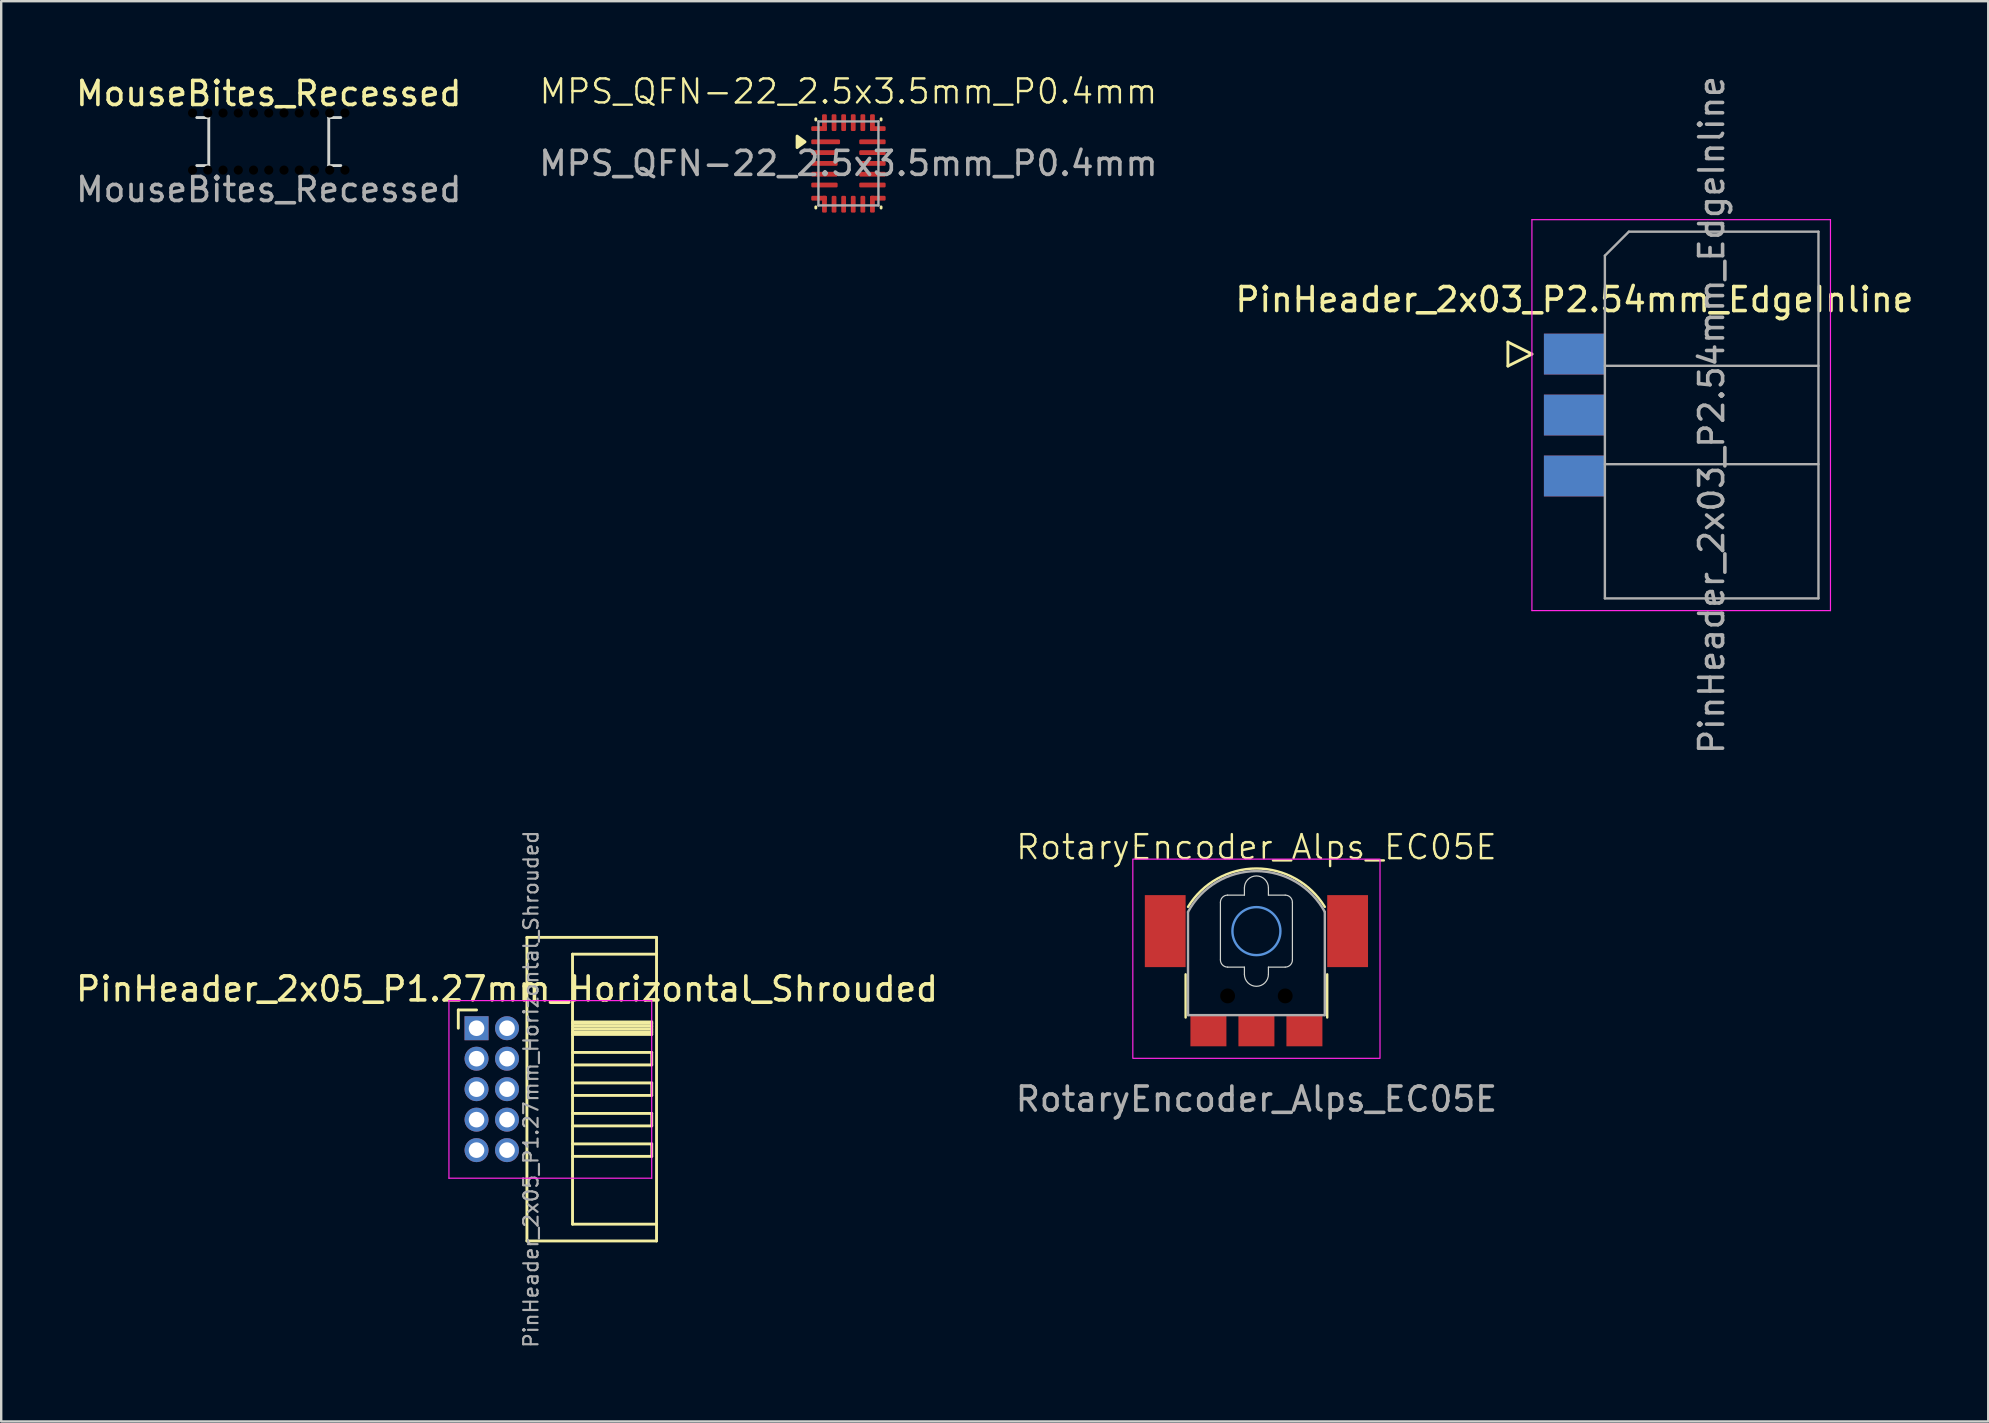
<source format=kicad_pcb>
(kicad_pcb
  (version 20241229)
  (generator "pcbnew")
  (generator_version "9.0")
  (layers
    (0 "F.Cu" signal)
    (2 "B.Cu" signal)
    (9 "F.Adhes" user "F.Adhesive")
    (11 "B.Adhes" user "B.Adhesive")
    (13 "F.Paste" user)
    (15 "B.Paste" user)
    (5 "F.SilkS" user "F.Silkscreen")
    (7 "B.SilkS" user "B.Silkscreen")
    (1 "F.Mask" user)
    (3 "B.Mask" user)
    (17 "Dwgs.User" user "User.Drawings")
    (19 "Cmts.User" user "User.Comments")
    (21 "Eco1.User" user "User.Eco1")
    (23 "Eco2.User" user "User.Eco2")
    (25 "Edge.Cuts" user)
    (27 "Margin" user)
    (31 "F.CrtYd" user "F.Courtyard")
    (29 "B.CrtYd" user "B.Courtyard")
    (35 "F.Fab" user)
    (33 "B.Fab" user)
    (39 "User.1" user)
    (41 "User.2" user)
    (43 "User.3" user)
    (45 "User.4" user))
  (footprint "MPS_QFN-22_2.5x3.5mm_P0.4mm"
    (layer "F.Cu")
    (at 32.304 3.76)
    (property "Reference" "MPS_QFN-22_2.5x3.5mm_P0.4mm" (at 0 -3 0) (unlocked yes) (layer "F.SilkS") (effects (font (size 1 1) (thickness 0.1))))
    (attr smd)
    (fp_line (start -1.36 -1.86) (end -1.36 -1.81) (stroke (width 0.12) (type solid)) (layer "F.SilkS"))
    (fp_line (start -1.36 1.86) (end -1.36 1.81) (stroke (width 0.12) (type solid)) (layer "F.SilkS"))
    (fp_line (start 1.36 -1.86) (end 1.36 -1.81) (stroke (width 0.12) (type solid)) (layer "F.SilkS"))
    (fp_line (start 1.36 1.86) (end 1.36 1.81) (stroke (width 0.12) (type solid)) (layer "F.SilkS"))
    (fp_poly (pts (xy -1.81 -0.9) (xy -2.14 -0.66) (xy -2.14 -1.14) (xy -1.81 -0.9)) (stroke (width 0.12) (type solid)) (fill yes) (layer "F.SilkS"))
    (fp_line (start -1.25 -1.75) (end -1.25 1.75) (stroke (width 0.1) (type solid)) (layer "F.Fab"))
    (fp_line (start 1.25 -1.75) (end -1.25 -1.75) (stroke (width 0.1) (type solid)) (layer "F.Fab"))
    (fp_line (start 1.25 -1.75) (end 1.25 1.75) (stroke (width 0.1) (type solid)) (layer "F.Fab"))
    (fp_line (start 1.25 1.75) (end -1.25 1.75) (stroke (width 0.1) (type solid)) (layer "F.Fab"))
    (fp_text user "${REFERENCE}" (at 0 0 0) (unlocked yes) (layer "F.Fab") (effects (font (size 1 1) (thickness 0.15))))
    (pad "1" smd roundrect (at -0.95 -0.9) (size 1.2 0.2) (layers "F.Cu" "F.Mask" "F.Paste") (roundrect_rratio 0.25))
    (pad "2" smd roundrect (at -1 -0.45) (size 1.1 0.2) (layers "F.Cu" "F.Mask" "F.Paste") (roundrect_rratio 0.25))
    (pad "3" smd roundrect (at -1 0) (size 1.1 0.2) (layers "F.Cu" "F.Mask" "F.Paste") (roundrect_rratio 0.25))
    (pad "4" smd roundrect (at -1 0.45) (size 1.1 0.2) (layers "F.Cu" "F.Mask" "F.Paste") (roundrect_rratio 0.25))
    (pad "5" smd roundrect (at -1 0.9) (size 1.1 0.2) (layers "F.Cu" "F.Mask" "F.Paste") (roundrect_rratio 0.25))
    (pad "6" smd roundrect (at -1.225 1.45) (size 0.65 0.2) (layers "F.Cu" "F.Mask" "F.Paste") (roundrect_rratio 0.25))
    (pad "6" smd roundrect (at -1 1.7 90) (size 0.7 0.2) (layers "F.Cu" "F.Mask" "F.Paste") (roundrect_rratio 0.25))
    (pad "7" smd roundrect (at -0.6 1.7 90) (size 0.7 0.2) (layers "F.Cu" "F.Mask" "F.Paste") (roundrect_rratio 0.25))
    (pad "8" smd roundrect (at -0.2 1.7 90) (size 0.7 0.2) (layers "F.Cu" "F.Mask" "F.Paste") (roundrect_rratio 0.25))
    (pad "9" smd roundrect (at 0.2 1.7 90) (size 0.7 0.2) (layers "F.Cu" "F.Mask" "F.Paste") (roundrect_rratio 0.25))
    (pad "10" smd roundrect (at 0.6 1.7 90) (size 0.7 0.2) (layers "F.Cu" "F.Mask" "F.Paste") (roundrect_rratio 0.25))
    (pad "11" smd roundrect (at 1 1.7 90) (size 0.7 0.2) (layers "F.Cu" "F.Mask" "F.Paste") (roundrect_rratio 0.25))
    (pad "11" smd roundrect (at 1.225 1.45) (size 0.65 0.2) (layers "F.Cu" "F.Mask" "F.Paste") (roundrect_rratio 0.25))
    (pad "12" smd roundrect (at 1 0.9) (size 1.1 0.2) (layers "F.Cu" "F.Mask" "F.Paste") (roundrect_rratio 0.25))
    (pad "13" smd roundrect (at 1 0.45) (size 1.1 0.2) (layers "F.Cu" "F.Mask" "F.Paste") (roundrect_rratio 0.25))
    (pad "14" smd roundrect (at 1 0) (size 1.1 0.2) (layers "F.Cu" "F.Mask" "F.Paste") (roundrect_rratio 0.25))
    (pad "15" smd roundrect (at 1 -0.45) (size 1.1 0.2) (layers "F.Cu" "F.Mask" "F.Paste") (roundrect_rratio 0.25))
    (pad "16" smd roundrect (at 1 -0.9) (size 1.1 0.2) (layers "F.Cu" "F.Mask" "F.Paste") (roundrect_rratio 0.25))
    (pad "17" smd roundrect (at 1 -1.7 90) (size 0.7 0.2) (layers "F.Cu" "F.Mask" "F.Paste") (roundrect_rratio 0.25))
    (pad "17" smd roundrect (at 1.225 -1.45) (size 0.65 0.2) (layers "F.Cu" "F.Mask" "F.Paste") (roundrect_rratio 0.25))
    (pad "18" smd roundrect (at 0.6 -1.7 90) (size 0.7 0.2) (layers "F.Cu" "F.Mask" "F.Paste") (roundrect_rratio 0.25))
    (pad "19" smd roundrect (at 0.2 -1.7 90) (size 0.7 0.2) (layers "F.Cu" "F.Mask" "F.Paste") (roundrect_rratio 0.25))
    (pad "20" smd roundrect (at -0.2 -1.7 90) (size 0.7 0.2) (layers "F.Cu" "F.Mask" "F.Paste") (roundrect_rratio 0.25))
    (pad "21" smd roundrect (at -0.6 -1.7 90) (size 0.7 0.2) (layers "F.Cu" "F.Mask" "F.Paste") (roundrect_rratio 0.25))
    (pad "22" smd roundrect (at -1.225 -1.45) (size 0.65 0.2) (layers "F.Cu" "F.Mask" "F.Paste") (roundrect_rratio 0.25))
    (pad "22" smd roundrect (at -1 -1.7 90) (size 0.7 0.2) (layers "F.Cu" "F.Mask" "F.Paste") (roundrect_rratio 0.25)))
  (footprint "RotaryEncoder_Alps_EC05E"
    (layer "F.Cu")
    (at 49.304 35.749)
    (property "Reference" "RotaryEncoder_Alps_EC05E" (at 0 -3.5 0) (unlocked yes) (layer "F.SilkS") (effects (font (size 1 1) (thickness 0.1))))
    (attr smd)
    (fp_line (start -2.95 3.6) (end -2.95 1.8) (stroke (width 0.1) (type default)) (layer "F.SilkS"))
    (fp_line (start 2.95 3.6) (end 2.95 1.8) (stroke (width 0.1) (type default)) (layer "F.SilkS"))
    (fp_arc (start -2.85 -1.01) (mid 0 -2.609378) (end 2.85 -1.01) (stroke (width 0.1) (type default)) (layer "F.SilkS"))
    (fp_circle (center 0 0) (end 1 0) (stroke (width 0.1) (type default)) (fill no) (layer "Cmts.User"))
    (fp_line (start -1.5 -1.2) (end -1.5 1.2) (stroke (width 0.05) (type default)) (layer "Edge.Cuts"))
    (fp_line (start -0.5 -1.8) (end -0.5 -1.5) (stroke (width 0.05) (type default)) (layer "Edge.Cuts"))
    (fp_line (start -0.5 -1.5) (end -1.2 -1.5) (stroke (width 0.05) (type default)) (layer "Edge.Cuts"))
    (fp_line (start -0.5 1.5) (end -1.2 1.5) (stroke (width 0.05) (type default)) (layer "Edge.Cuts"))
    (fp_line (start -0.5 1.8) (end -0.5 1.5) (stroke (width 0.05) (type default)) (layer "Edge.Cuts"))
    (fp_line (start 0.5 -1.8) (end 0.5 -1.5) (stroke (width 0.05) (type default)) (layer "Edge.Cuts"))
    (fp_line (start 0.5 -1.5) (end 1.2 -1.5) (stroke (width 0.05) (type default)) (layer "Edge.Cuts"))
    (fp_line (start 0.5 1.5) (end 0.5 1.8) (stroke (width 0.05) (type default)) (layer "Edge.Cuts"))
    (fp_line (start 1.2 1.5) (end 0.5 1.5) (stroke (width 0.05) (type default)) (layer "Edge.Cuts"))
    (fp_line (start 1.5 -1.2) (end 1.5 1.2) (stroke (width 0.05) (type default)) (layer "Edge.Cuts"))
    (fp_arc (start -1.5 -1.2) (mid -1.412132 -1.412132) (end -1.2 -1.5) (stroke (width 0.05) (type default)) (layer "Edge.Cuts"))
    (fp_arc (start -1.2 1.5) (mid -1.412132 1.412132) (end -1.5 1.2) (stroke (width 0.05) (type default)) (layer "Edge.Cuts"))
    (fp_arc (start -0.5 -1.8) (mid 0 -2.3) (end 0.5 -1.8) (stroke (width 0.05) (type default)) (layer "Edge.Cuts"))
    (fp_arc (start 0.5 1.8) (mid 0 2.3) (end -0.5 1.8) (stroke (width 0.05) (type default)) (layer "Edge.Cuts"))
    (fp_arc (start 1.2 -1.5) (mid 1.412132 -1.412132) (end 1.5 -1.2) (stroke (width 0.05) (type default)) (layer "Edge.Cuts"))
    (fp_arc (start 1.5 1.2) (mid 1.412132 1.412132) (end 1.2 1.5) (stroke (width 0.05) (type default)) (layer "Edge.Cuts"))
    (fp_rect (start -5.15 -3) (end 5.15 5.3) (stroke (width 0.05) (type default)) (fill no) (layer "F.CrtYd"))
    (fp_line (start -2.85 3.5) (end -2.85 -0.8) (stroke (width 0.1) (type default)) (layer "F.Fab"))
    (fp_line (start -2.85 3.5) (end 2.85 3.5) (stroke (width 0.1) (type default)) (layer "F.Fab"))
    (fp_line (start 2.85 3.5) (end 2.85 -0.8) (stroke (width 0.1) (type default)) (layer "F.Fab"))
    (fp_arc (start -2.85 -0.8) (mid 0 -2.499986) (end 2.85 -0.8) (stroke (width 0.1) (type default)) (layer "F.Fab"))
    (fp_text user "${REFERENCE}" (at 0 7 0) (unlocked yes) (layer "F.Fab") (effects (font (size 1 1) (thickness 0.15))))
    (pad "" np_thru_hole circle (at -1.2 2.7) (size 0.62 0.62) (drill 0.62) (layers "*.Mask"))
    (pad "" np_thru_hole circle (at 1.2 2.7) (size 0.62 0.62) (drill 0.62) (layers "*.Mask"))
    (pad "A" smd rect (at -2 4.15) (size 1.5 1.3) (layers "F.Cu" "F.Mask" "F.Paste"))
    (pad "B" smd rect (at 2 4.15) (size 1.5 1.3) (layers "F.Cu" "F.Mask" "F.Paste"))
    (pad "C" smd rect (at 0 4.15) (size 1.5 1.3) (layers "F.Cu" "F.Mask" "F.Paste"))
    (pad "MP" smd rect (at -3.8 0) (size 1.7 3) (layers "F.Cu" "F.Mask" "F.Paste"))
    (pad "MP" smd rect (at 3.8 0) (size 1.7 3) (layers "F.Cu" "F.Mask" "F.Paste")))
  (footprint "PinHeader_2x05_P1.27mm_Horizontal_Shrouded"
    (layer "F.Cu")
    (at 16.807 39.795)
    (property "Reference" "PinHeader_2x05_P1.27mm_Horizontal_Shrouded" (at 1.27 -1.635 0) (layer "F.SilkS") (effects (font (size 1 1) (thickness 0.15))))
    (attr through_hole)
    (fp_line (start -0.76 -0.76) (end 0 -0.76) (stroke (width 0.12) (type solid)) (layer "F.SilkS"))
    (fp_line (start -0.76 0) (end -0.76 -0.76) (stroke (width 0.12) (type solid)) (layer "F.SilkS"))
    (fp_line (start 2.1 -3.785) (end 7.5 -3.785) (stroke (width 0.12) (type solid)) (layer "F.SilkS"))
    (fp_line (start 2.1 8.865) (end 2.1 -3.785) (stroke (width 0.12) (type solid)) (layer "F.SilkS"))
    (fp_line (start 2.1 8.865) (end 7.5 8.865) (stroke (width 0.12) (type solid)) (layer "F.SilkS"))
    (fp_line (start 4 -3.085) (end 4 8.165) (stroke (width 0.12) (type solid)) (layer "F.SilkS"))
    (fp_line (start 4 -3.085) (end 7.5 -3.085) (stroke (width 0.12) (type solid)) (layer "F.SilkS"))
    (fp_line (start 4 -0.26) (end 7.3 -0.26) (stroke (width 0.12) (type solid)) (layer "F.SilkS"))
    (fp_line (start 4 -0.2) (end 7.3 -0.2) (stroke (width 0.12) (type solid)) (layer "F.SilkS"))
    (fp_line (start 4 -0.08) (end 7.3 -0.08) (stroke (width 0.12) (type solid)) (layer "F.SilkS"))
    (fp_line (start 4 0.04) (end 7.3 0.04) (stroke (width 0.12) (type solid)) (layer "F.SilkS"))
    (fp_line (start 4 0.16) (end 7.3 0.16) (stroke (width 0.12) (type solid)) (layer "F.SilkS"))
    (fp_line (start 4 0.26) (end 7.3 0.26) (stroke (width 0.12) (type solid)) (layer "F.SilkS"))
    (fp_line (start 4 1.01) (end 7.3 1.01) (stroke (width 0.12) (type solid)) (layer "F.SilkS"))
    (fp_line (start 4 1.53) (end 7.3 1.53) (stroke (width 0.12) (type solid)) (layer "F.SilkS"))
    (fp_line (start 4 2.28) (end 7.3 2.28) (stroke (width 0.12) (type solid)) (layer "F.SilkS"))
    (fp_line (start 4 2.8) (end 7.3 2.8) (stroke (width 0.12) (type solid)) (layer "F.SilkS"))
    (fp_line (start 4 3.55) (end 7.3 3.55) (stroke (width 0.12) (type solid)) (layer "F.SilkS"))
    (fp_line (start 4 4.07) (end 7.3 4.07) (stroke (width 0.12) (type solid)) (layer "F.SilkS"))
    (fp_line (start 4 4.82) (end 7.3 4.82) (stroke (width 0.12) (type solid)) (layer "F.SilkS"))
    (fp_line (start 4 5.34) (end 7.3 5.34) (stroke (width 0.12) (type solid)) (layer "F.SilkS"))
    (fp_line (start 4 8.165) (end 7.5 8.165) (stroke (width 0.12) (type solid)) (layer "F.SilkS"))
    (fp_line (start 7.3 -0.26) (end 7.3 0.26) (stroke (width 0.12) (type solid)) (layer "F.SilkS"))
    (fp_line (start 7.3 1.01) (end 7.3 1.53) (stroke (width 0.12) (type solid)) (layer "F.SilkS"))
    (fp_line (start 7.3 2.28) (end 7.3 2.8) (stroke (width 0.12) (type solid)) (layer "F.SilkS"))
    (fp_line (start 7.3 3.55) (end 7.3 4.07) (stroke (width 0.12) (type solid)) (layer "F.SilkS"))
    (fp_line (start 7.3 4.82) (end 7.3 5.34) (stroke (width 0.12) (type solid)) (layer "F.SilkS"))
    (fp_line (start 7.5 -3.785) (end 7.5 8.865) (stroke (width 0.12) (type solid)) (layer "F.SilkS"))
    (fp_line (start -1.15 -1.15) (end -1.15 6.25) (stroke (width 0.05) (type solid)) (layer "F.CrtYd"))
    (fp_line (start -1.15 6.25) (end 7.3 6.25) (stroke (width 0.05) (type solid)) (layer "F.CrtYd"))
    (fp_line (start 7.3 -1.15) (end -1.15 -1.15) (stroke (width 0.05) (type solid)) (layer "F.CrtYd"))
    (fp_line (start 7.3 6.25) (end 7.3 -1.15) (stroke (width 0.05) (type solid)) (layer "F.CrtYd"))
    (fp_line (start -0.2 -0.2) (end -0.2 0.2) (stroke (width 0.1) (type solid)) (layer "F.Fab"))
    (fp_line (start -0.2 1.07) (end -0.2 1.47) (stroke (width 0.1) (type solid)) (layer "F.Fab"))
    (fp_line (start -0.2 2.34) (end -0.2 2.74) (stroke (width 0.1) (type solid)) (layer "F.Fab"))
    (fp_line (start -0.2 3.61) (end -0.2 4.01) (stroke (width 0.1) (type solid)) (layer "F.Fab"))
    (fp_line (start -0.2 4.88) (end -0.2 5.28) (stroke (width 0.1) (type solid)) (layer "F.Fab"))
    (fp_text user "${REFERENCE}" (at 2.27 2.54 90) (layer "F.Fab") (effects (font (size 0.6 0.6) (thickness 0.09))))
    (pad "1" thru_hole rect (at 0 0) (size 1 1) (drill 0.65) (layers "*.Cu" "*.Mask"))
    (pad "2" thru_hole oval (at 1.27 0) (size 1 1) (drill 0.65) (layers "*.Cu" "*.Mask"))
    (pad "3" thru_hole oval (at 0 1.27) (size 1 1) (drill 0.65) (layers "*.Cu" "*.Mask"))
    (pad "4" thru_hole oval (at 1.27 1.27) (size 1 1) (drill 0.65) (layers "*.Cu" "*.Mask"))
    (pad "5" thru_hole oval (at 0 2.54) (size 1 1) (drill 0.65) (layers "*.Cu" "*.Mask"))
    (pad "6" thru_hole oval (at 1.27 2.54) (size 1 1) (drill 0.65) (layers "*.Cu" "*.Mask"))
    (pad "7" thru_hole oval (at 0 3.81) (size 1 1) (drill 0.65) (layers "*.Cu" "*.Mask"))
    (pad "8" thru_hole oval (at 1.27 3.81) (size 1 1) (drill 0.65) (layers "*.Cu" "*.Mask"))
    (pad "9" thru_hole oval (at 0 5.08) (size 1 1) (drill 0.65) (layers "*.Cu" "*.Mask"))
    (pad "10" thru_hole oval (at 1.27 5.08) (size 1 1) (drill 0.65) (layers "*.Cu" "*.Mask")))
  (footprint "PinHeader_2x03_P2.54mm_EdgeInline"
    (layer "F.Cu")
    (at 63.824 14.244)
    (property "Reference" "PinHeader_2x03_P2.54mm_EdgeInline" (at -1.27 -4.81 0) (layer "F.SilkS") (effects (font (size 1 1) (thickness 0.15))))
    (fp_line (start -4.04 -3.04) (end -4.04 -2.04) (stroke (width 0.12) (type solid)) (layer "F.SilkS"))
    (fp_line (start -4.04 -2.04) (end -3.04 -2.54) (stroke (width 0.12) (type solid)) (layer "F.SilkS"))
    (fp_line (start -3.04 -2.54) (end -4.04 -3.04) (stroke (width 0.12) (type solid)) (layer "F.SilkS"))
    (fp_line (start -3.04 -8.14) (end -3.04 8.15) (stroke (width 0.05) (type solid)) (layer "F.CrtYd"))
    (fp_line (start -3.04 8.15) (end 9.4 8.15) (stroke (width 0.05) (type solid)) (layer "F.CrtYd"))
    (fp_line (start 9.4 -8.14) (end -3.04 -8.14) (stroke (width 0.05) (type solid)) (layer "F.CrtYd"))
    (fp_line (start 9.4 8.15) (end 9.4 -8.14) (stroke (width 0.05) (type solid)) (layer "F.CrtYd"))
    (fp_line (start 0 -6.64) (end 1 -7.64) (stroke (width 0.1) (type solid)) (layer "F.Fab"))
    (fp_line (start 0 -2.05) (end 8.9 -2.05) (stroke (width 0.1) (type solid)) (layer "F.Fab"))
    (fp_line (start 0 2.05) (end 8.9 2.05) (stroke (width 0.1) (type solid)) (layer "F.Fab"))
    (fp_line (start 0 7.64) (end 0 -6.64) (stroke (width 0.1) (type solid)) (layer "F.Fab"))
    (fp_line (start 1 -7.64) (end 8.9 -7.64) (stroke (width 0.1) (type solid)) (layer "F.Fab"))
    (fp_line (start 8.9 -7.64) (end 8.9 7.64) (stroke (width 0.1) (type solid)) (layer "F.Fab"))
    (fp_line (start 8.9 7.64) (end 0 7.64) (stroke (width 0.1) (type solid)) (layer "F.Fab"))
    (fp_text user "${REFERENCE}" (at 4.45 0 90) (layer "F.Fab") (effects (font (size 1 1) (thickness 0.15))))
    (pad "1" smd rect (at -1.27 -2.54) (size 2.54 1.7) (layers "F.Cu" "F.Mask" "F.Paste"))
    (pad "2" smd rect (at -1.27 -2.54) (size 2.54 1.7) (layers "B.Cu" "B.Mask" "B.Paste"))
    (pad "3" smd rect (at -1.27 0) (size 2.54 1.7) (layers "F.Cu" "F.Mask" "F.Paste"))
    (pad "4" smd rect (at -1.27 0) (size 2.54 1.7) (layers "B.Cu" "B.Mask" "B.Paste"))
    (pad "5" smd rect (at -1.27 2.54) (size 2.54 1.7) (layers "F.Cu" "F.Mask" "F.Paste"))
    (pad "6" smd rect (at -1.27 2.54) (size 2.54 1.7) (layers "B.Cu" "B.Mask" "B.Paste")))
  (footprint "MouseBites_Recessed"
    (layer "F.Cu")
    (at 8.149 2.848)
    (property "Reference" "MouseBites_Recessed" (at 0 -2 0) (unlocked yes) (layer "F.SilkS") (effects (font (size 1 1) (thickness 0.15))))
    (attr through_hole)
    (fp_line (start -3 -1) (end -2.5 -1) (stroke (width 0.12) (type solid)) (layer "Edge.Cuts"))
    (fp_line (start -3 1) (end -2.5 1) (stroke (width 0.12) (type solid)) (layer "Edge.Cuts"))
    (fp_line (start -2.5 1) (end -2.5 -1) (stroke (width 0.12) (type solid)) (layer "Edge.Cuts"))
    (fp_line (start 2.5 -1) (end 2.5 1) (stroke (width 0.12) (type solid)) (layer "Edge.Cuts"))
    (fp_line (start 2.5 -1) (end 3 -1) (stroke (width 0.12) (type solid)) (layer "Edge.Cuts"))
    (fp_line (start 2.5 1) (end 3 1) (stroke (width 0.12) (type solid)) (layer "Edge.Cuts"))
    (fp_text user "${REFERENCE}" (at 0 2 0) (unlocked yes) (layer "F.Fab") (effects (font (size 1 1) (thickness 0.15))))
    (pad "" np_thru_hole circle (at -3.175 -1.19 180) (size 0.38 0.38) (drill 0.38) (layers "*.Mask"))
    (pad "" np_thru_hole circle (at -3.175 1.19 180) (size 0.38 0.38) (drill 0.38) (layers "*.Mask"))
    (pad "" np_thru_hole circle (at -2.54 -1.19 180) (size 0.38 0.38) (drill 0.38) (layers "*.Mask"))
    (pad "" np_thru_hole circle (at -2.54 1.19 180) (size 0.38 0.38) (drill 0.38) (layers "*.Mask"))
    (pad "" np_thru_hole circle (at -1.905 -1.19 180) (size 0.38 0.38) (drill 0.38) (layers "*.Mask"))
    (pad "" np_thru_hole circle (at -1.905 1.19 180) (size 0.38 0.38) (drill 0.38) (layers "*.Mask"))
    (pad "" np_thru_hole circle (at -1.27 -1.19 180) (size 0.38 0.38) (drill 0.38) (layers "*.Mask"))
    (pad "" np_thru_hole circle (at -1.27 1.19 180) (size 0.38 0.38) (drill 0.38) (layers "*.Mask"))
    (pad "" np_thru_hole circle (at -0.635 -1.19 180) (size 0.38 0.38) (drill 0.38) (layers "*.Mask"))
    (pad "" np_thru_hole circle (at -0.635 1.19 180) (size 0.38 0.38) (drill 0.38) (layers "*.Mask"))
    (pad "" np_thru_hole circle (at 0 -1.19) (size 0.38 0.38) (drill 0.38) (layers "*.Mask"))
    (pad "" np_thru_hole circle (at 0 1.19) (size 0.38 0.38) (drill 0.38) (layers "*.Mask"))
    (pad "" np_thru_hole circle (at 0.635 -1.19) (size 0.38 0.38) (drill 0.38) (layers "*.Mask"))
    (pad "" np_thru_hole circle (at 0.635 1.19) (size 0.38 0.38) (drill 0.38) (layers "*.Mask"))
    (pad "" np_thru_hole circle (at 1.27 -1.19) (size 0.38 0.38) (drill 0.38) (layers "*.Mask"))
    (pad "" np_thru_hole circle (at 1.27 1.19) (size 0.38 0.38) (drill 0.38) (layers "*.Mask"))
    (pad "" np_thru_hole circle (at 1.905 -1.19) (size 0.38 0.38) (drill 0.38) (layers "*.Mask"))
    (pad "" np_thru_hole circle (at 1.905 1.19) (size 0.38 0.38) (drill 0.38) (layers "*.Mask"))
    (pad "" np_thru_hole circle (at 2.54 -1.19) (size 0.38 0.38) (drill 0.38) (layers "*.Mask"))
    (pad "" np_thru_hole circle (at 2.54 1.19) (size 0.38 0.38) (drill 0.38) (layers "*.Mask"))
    (pad "" np_thru_hole circle (at 3.175 -1.19) (size 0.38 0.38) (drill 0.38) (layers "*.Mask"))
    (pad "" np_thru_hole circle (at 3.175 1.19) (size 0.38 0.38) (drill 0.38) (layers "*.Mask")))
  (gr_rect
    (start -3 -3)
    (end 79.798 56.181)
    (stroke (width 0.1) (type default))
    (fill no)
    (layer "Edge.Cuts")))
</source>
